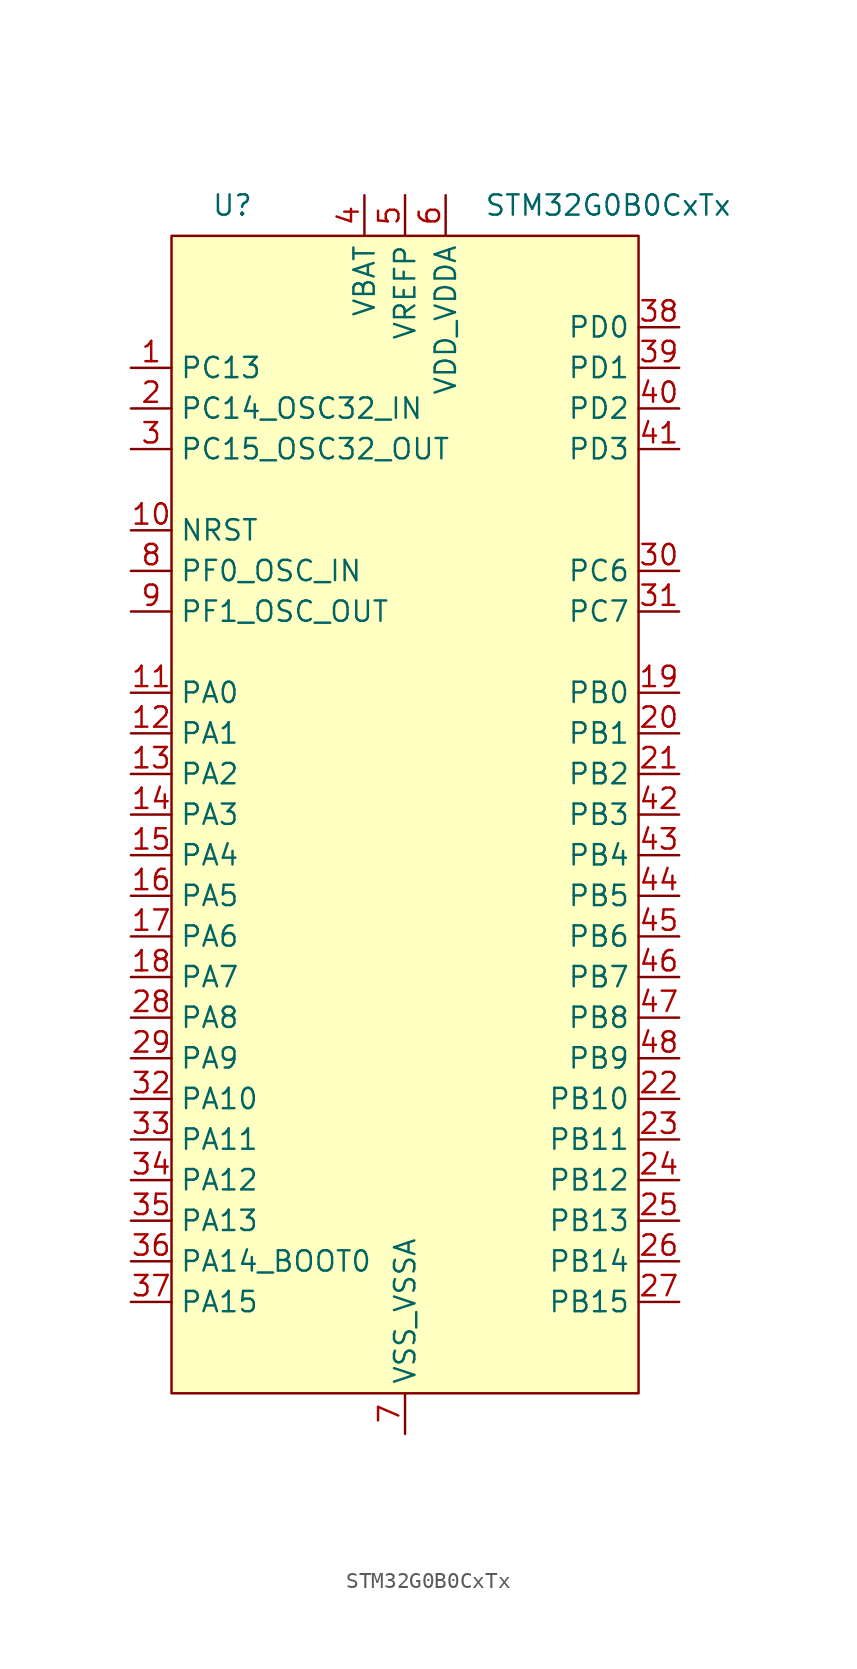
<source format=kicad_sym>
(kicad_symbol_lib
  (version 20211014)
  (generator kicad_symbol_editor)
  (symbol "STM32G0B0CxTx"
    (property "Reference" "U"
      (at -10.795 25.4 0)
      (effects (font (size 1.27 1.27))))
    (property "Value" "STM32G0B0CxTx"
      (at 12.7 25.4 0)
      (effects (font (size 1.27 1.27))))
    (symbol "STM32G0B0CxTx_0_1"
      (rectangle (start -14.605 23.495) (end 14.605 -48.895) (stroke (width 0) (type default) (color 0 0 0 0)) (fill (type background))))
    (symbol "STM32G0B0CxTx_1_1"
      (pin bidirectional line (at -17.145 15.24 0) (length 2.54) (name "PC13" (effects (font (size 1.27 1.27)))) (number "1" (effects (font (size 1.27 1.27)))))
      (pin input line (at -17.145 5.08 0) (length 2.54) (name "NRST" (effects (font (size 1.27 1.27)))) (number "10" (effects (font (size 1.27 1.27)))))
      (pin bidirectional line (at -17.145 -5.08 0) (length 2.54) (name "PA0" (effects (font (size 1.27 1.27)))) (number "11" (effects (font (size 1.27 1.27)))))
      (pin bidirectional line (at -17.145 -7.62 0) (length 2.54) (name "PA1" (effects (font (size 1.27 1.27)))) (number "12" (effects (font (size 1.27 1.27)))))
      (pin bidirectional line (at -17.145 -10.16 0) (length 2.54) (name "PA2" (effects (font (size 1.27 1.27)))) (number "13" (effects (font (size 1.27 1.27)))))
      (pin bidirectional line (at -17.145 -12.7 0) (length 2.54) (name "PA3" (effects (font (size 1.27 1.27)))) (number "14" (effects (font (size 1.27 1.27)))))
      (pin bidirectional line (at -17.145 -15.24 0) (length 2.54) (name "PA4" (effects (font (size 1.27 1.27)))) (number "15" (effects (font (size 1.27 1.27)))))
      (pin bidirectional line (at -17.145 -17.78 0) (length 2.54) (name "PA5" (effects (font (size 1.27 1.27)))) (number "16" (effects (font (size 1.27 1.27)))))
      (pin bidirectional line (at -17.145 -20.32 0) (length 2.54) (name "PA6" (effects (font (size 1.27 1.27)))) (number "17" (effects (font (size 1.27 1.27)))))
      (pin bidirectional line (at -17.145 -22.86 0) (length 2.54) (name "PA7" (effects (font (size 1.27 1.27)))) (number "18" (effects (font (size 1.27 1.27)))))
      (pin bidirectional line (at 17.145 -5.08 180) (length 2.54) (name "PB0" (effects (font (size 1.27 1.27)))) (number "19" (effects (font (size 1.27 1.27)))))
      (pin bidirectional line (at -17.145 12.7 0) (length 2.54) (name "PC14_OSC32_IN" (effects (font (size 1.27 1.27)))) (number "2" (effects (font (size 1.27 1.27)))))
      (pin bidirectional line (at 17.145 -7.62 180) (length 2.54) (name "PB1" (effects (font (size 1.27 1.27)))) (number "20" (effects (font (size 1.27 1.27)))))
      (pin bidirectional line (at 17.145 -10.16 180) (length 2.54) (name "PB2" (effects (font (size 1.27 1.27)))) (number "21" (effects (font (size 1.27 1.27)))))
      (pin bidirectional line (at 17.145 -30.48 180) (length 2.54) (name "PB10" (effects (font (size 1.27 1.27)))) (number "22" (effects (font (size 1.27 1.27)))))
      (pin bidirectional line (at 17.145 -33.02 180) (length 2.54) (name "PB11" (effects (font (size 1.27 1.27)))) (number "23" (effects (font (size 1.27 1.27)))))
      (pin bidirectional line (at 17.145 -35.56 180) (length 2.54) (name "PB12" (effects (font (size 1.27 1.27)))) (number "24" (effects (font (size 1.27 1.27)))))
      (pin bidirectional line (at 17.145 -38.1 180) (length 2.54) (name "PB13" (effects (font (size 1.27 1.27)))) (number "25" (effects (font (size 1.27 1.27)))))
      (pin bidirectional line (at 17.145 -40.64 180) (length 2.54) (name "PB14" (effects (font (size 1.27 1.27)))) (number "26" (effects (font (size 1.27 1.27)))))
      (pin bidirectional line (at 17.145 -43.18 180) (length 2.54) (name "PB15" (effects (font (size 1.27 1.27)))) (number "27" (effects (font (size 1.27 1.27)))))
      (pin bidirectional line (at -17.145 -25.4 0) (length 2.54) (name "PA8" (effects (font (size 1.27 1.27)))) (number "28" (effects (font (size 1.27 1.27)))))
      (pin bidirectional line (at -17.145 -27.94 0) (length 2.54) (name "PA9" (effects (font (size 1.27 1.27)))) (number "29" (effects (font (size 1.27 1.27)))))
      (pin bidirectional line (at -17.145 10.16 0) (length 2.54) (name "PC15_OSC32_OUT" (effects (font (size 1.27 1.27)))) (number "3" (effects (font (size 1.27 1.27)))))
      (pin bidirectional line (at 17.145 2.54 180) (length 2.54) (name "PC6" (effects (font (size 1.27 1.27)))) (number "30" (effects (font (size 1.27 1.27)))))
      (pin bidirectional line (at 17.145 0 180) (length 2.54) (name "PC7" (effects (font (size 1.27 1.27)))) (number "31" (effects (font (size 1.27 1.27)))))
      (pin bidirectional line (at -17.145 -30.48 0) (length 2.54) (name "PA10" (effects (font (size 1.27 1.27)))) (number "32" (effects (font (size 1.27 1.27)))))
      (pin bidirectional line (at -17.145 -33.02 0) (length 2.54) (name "PA11" (effects (font (size 1.27 1.27)))) (number "33" (effects (font (size 1.27 1.27)))))
      (pin bidirectional line (at -17.145 -35.56 0) (length 2.54) (name "PA12" (effects (font (size 1.27 1.27)))) (number "34" (effects (font (size 1.27 1.27)))))
      (pin bidirectional line (at -17.145 -38.1 0) (length 2.54) (name "PA13" (effects (font (size 1.27 1.27)))) (number "35" (effects (font (size 1.27 1.27)))))
      (pin bidirectional line (at -17.145 -40.64 0) (length 2.54) (name "PA14_BOOT0" (effects (font (size 1.27 1.27)))) (number "36" (effects (font (size 1.27 1.27)))))
      (pin bidirectional line (at -17.145 -43.18 0) (length 2.54) (name "PA15" (effects (font (size 1.27 1.27)))) (number "37" (effects (font (size 1.27 1.27)))))
      (pin bidirectional line (at 17.145 17.78 180) (length 2.54) (name "PD0" (effects (font (size 1.27 1.27)))) (number "38" (effects (font (size 1.27 1.27)))))
      (pin bidirectional line (at 17.145 15.24 180) (length 2.54) (name "PD1" (effects (font (size 1.27 1.27)))) (number "39" (effects (font (size 1.27 1.27)))))
      (pin power_in line (at -2.54 26.035 270) (length 2.54) (name "VBAT" (effects (font (size 1.27 1.27)))) (number "4" (effects (font (size 1.27 1.27)))))
      (pin bidirectional line (at 17.145 12.7 180) (length 2.54) (name "PD2" (effects (font (size 1.27 1.27)))) (number "40" (effects (font (size 1.27 1.27)))))
      (pin bidirectional line (at 17.145 10.16 180) (length 2.54) (name "PD3" (effects (font (size 1.27 1.27)))) (number "41" (effects (font (size 1.27 1.27)))))
      (pin bidirectional line (at 17.145 -12.7 180) (length 2.54) (name "PB3" (effects (font (size 1.27 1.27)))) (number "42" (effects (font (size 1.27 1.27)))))
      (pin bidirectional line (at 17.145 -15.24 180) (length 2.54) (name "PB4" (effects (font (size 1.27 1.27)))) (number "43" (effects (font (size 1.27 1.27)))))
      (pin bidirectional line (at 17.145 -17.78 180) (length 2.54) (name "PB5" (effects (font (size 1.27 1.27)))) (number "44" (effects (font (size 1.27 1.27)))))
      (pin bidirectional line (at 17.145 -20.32 180) (length 2.54) (name "PB6" (effects (font (size 1.27 1.27)))) (number "45" (effects (font (size 1.27 1.27)))))
      (pin bidirectional line (at 17.145 -22.86 180) (length 2.54) (name "PB7" (effects (font (size 1.27 1.27)))) (number "46" (effects (font (size 1.27 1.27)))))
      (pin bidirectional line (at 17.145 -25.4 180) (length 2.54) (name "PB8" (effects (font (size 1.27 1.27)))) (number "47" (effects (font (size 1.27 1.27)))))
      (pin bidirectional line (at 17.145 -27.94 180) (length 2.54) (name "PB9" (effects (font (size 1.27 1.27)))) (number "48" (effects (font (size 1.27 1.27)))))
      (pin power_in line (at 0 26.035 270) (length 2.54) (name "VREFP" (effects (font (size 1.27 1.27)))) (number "5" (effects (font (size 1.27 1.27)))))
      (pin power_in line (at 2.54 26.035 270) (length 2.54) (name "VDD_VDDA" (effects (font (size 1.27 1.27)))) (number "6" (effects (font (size 1.27 1.27)))))
      (pin power_in line (at 0 -51.435 90) (length 2.54) (name "VSS_VSSA" (effects (font (size 1.27 1.27)))) (number "7" (effects (font (size 1.27 1.27)))))
      (pin bidirectional line (at -17.145 2.54 0) (length 2.54) (name "PF0_OSC_IN" (effects (font (size 1.27 1.27)))) (number "8" (effects (font (size 1.27 1.27)))))
      (pin bidirectional line (at -17.145 0 0) (length 2.54) (name "PF1_OSC_OUT" (effects (font (size 1.27 1.27)))) (number "9" (effects (font (size 1.27 1.27))))))))
</source>
